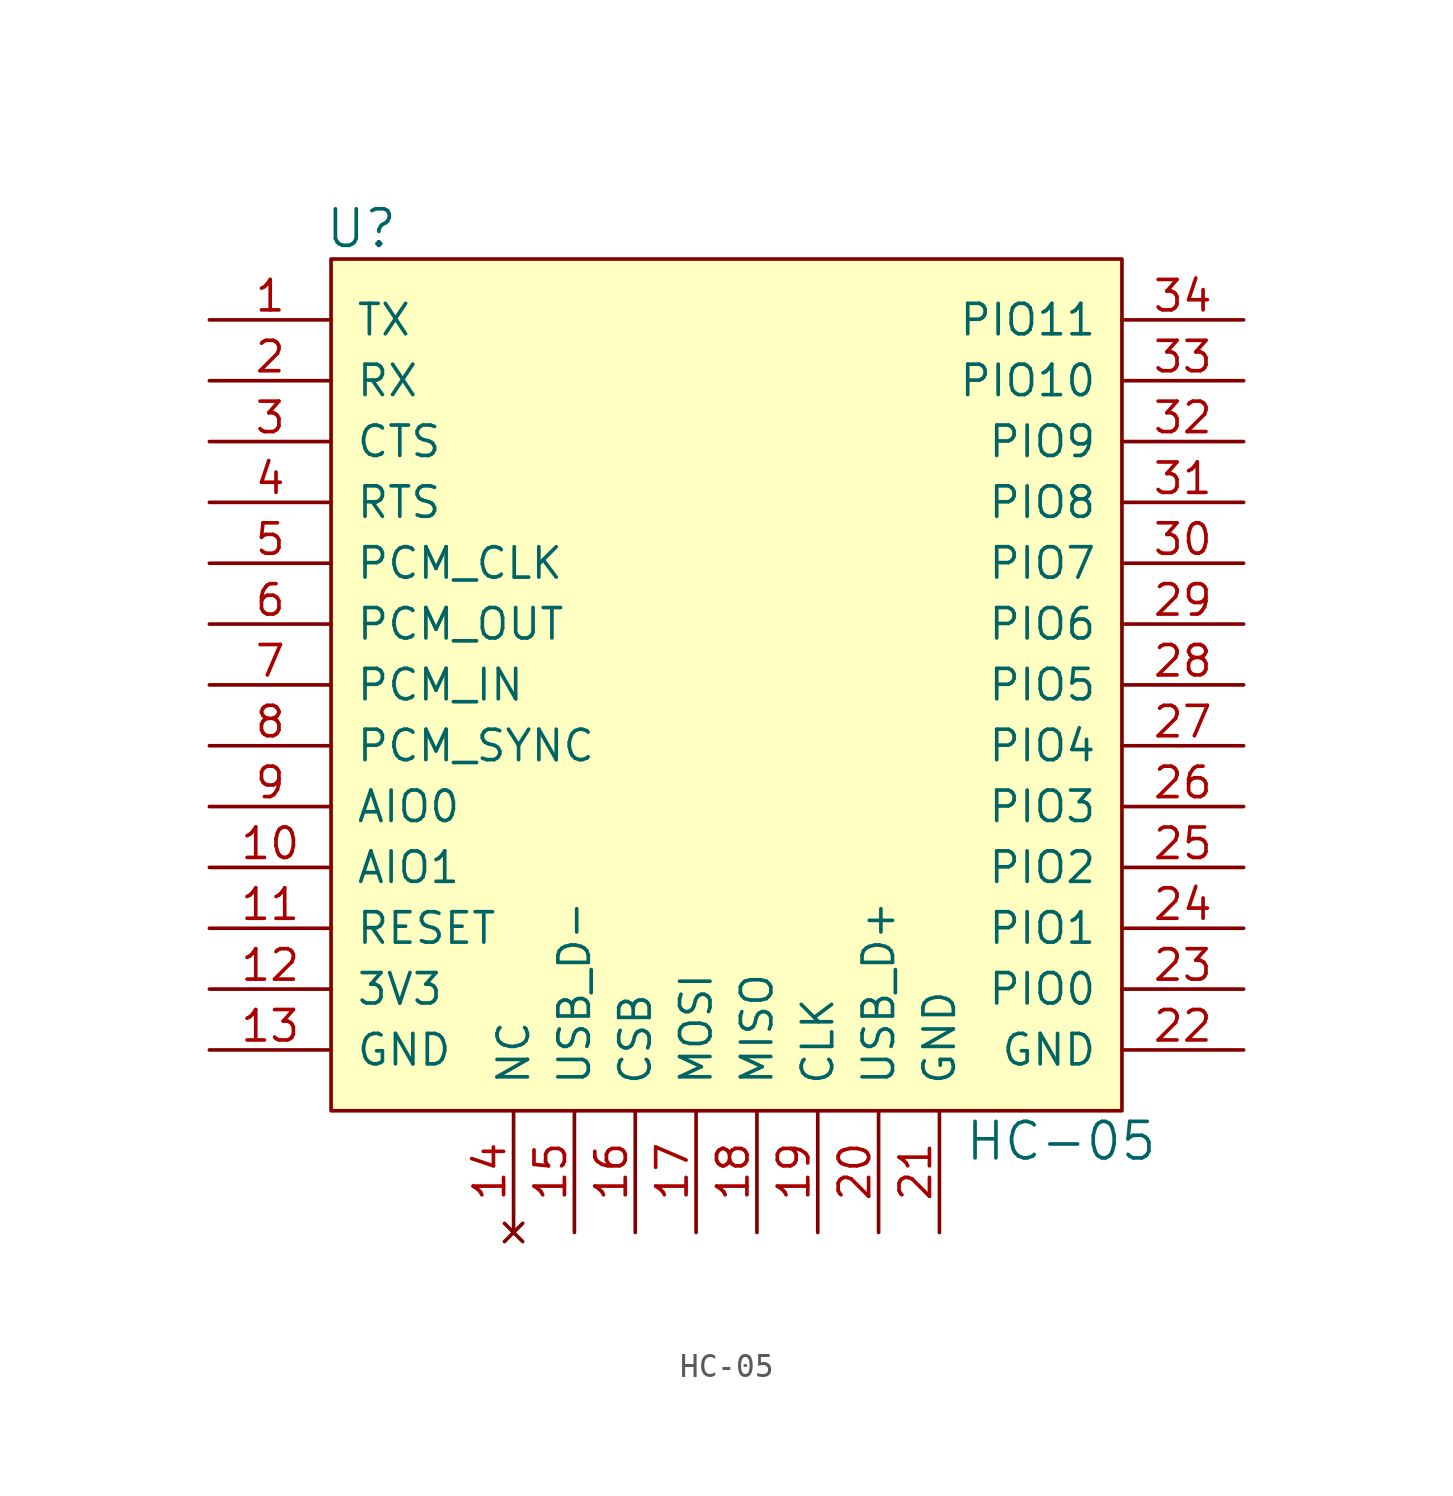
<source format=kicad_sym>
(kicad_symbol_lib
  (version 20211014)
  (generator kicad_symbol_editor)
  (symbol "HC-05"
    (pin_names
      (offset 1.016))
    (property "Reference" "U"
      (at -15.24 19.05 0)
      (effects (font (size 1.524 1.524))))
    (property "Value" "HC-05"
      (at 13.97 -19.05 0)
      (effects (font (size 1.524 1.524))))
    (symbol "HC-05_0_1"
      (rectangle (start -16.51 17.78) (end 16.51 -17.78) (stroke (width 0) (type default) (color 0 0 0 0)) (fill (type background))))
    (symbol "HC-05_1_1"
      (pin output line (at -21.59 15.24 0) (length 5.08) (name "TX" (effects (font (size 1.27 1.27)))) (number "1" (effects (font (size 1.27 1.27)))))
      (pin bidirectional line (at -21.59 -7.62 0) (length 5.08) (name "AIO1" (effects (font (size 1.27 1.27)))) (number "10" (effects (font (size 1.27 1.27)))))
      (pin input line (at -21.59 -10.16 0) (length 5.08) (name "RESET" (effects (font (size 1.27 1.27)))) (number "11" (effects (font (size 1.27 1.27)))))
      (pin power_in line (at -21.59 -12.7 0) (length 5.08) (name "3V3" (effects (font (size 1.27 1.27)))) (number "12" (effects (font (size 1.27 1.27)))))
      (pin power_in line (at -21.59 -15.24 0) (length 5.08) (name "GND" (effects (font (size 1.27 1.27)))) (number "13" (effects (font (size 1.27 1.27)))))
      (pin no_connect line (at -8.89 -22.86 90) (length 5.08) (name "NC" (effects (font (size 1.27 1.27)))) (number "14" (effects (font (size 1.27 1.27)))))
      (pin output line (at -6.35 -22.86 90) (length 5.08) (name "USB_D-" (effects (font (size 1.27 1.27)))) (number "15" (effects (font (size 1.27 1.27)))))
      (pin input line (at -3.81 -22.86 90) (length 5.08) (name "CSB" (effects (font (size 1.27 1.27)))) (number "16" (effects (font (size 1.27 1.27)))))
      (pin input line (at -1.27 -22.86 90) (length 5.08) (name "MOSI" (effects (font (size 1.27 1.27)))) (number "17" (effects (font (size 1.27 1.27)))))
      (pin output line (at 1.27 -22.86 90) (length 5.08) (name "MISO" (effects (font (size 1.27 1.27)))) (number "18" (effects (font (size 1.27 1.27)))))
      (pin input line (at 3.81 -22.86 90) (length 5.08) (name "CLK" (effects (font (size 1.27 1.27)))) (number "19" (effects (font (size 1.27 1.27)))))
      (pin input line (at -21.59 12.7 0) (length 5.08) (name "RX" (effects (font (size 1.27 1.27)))) (number "2" (effects (font (size 1.27 1.27)))))
      (pin input line (at 6.35 -22.86 90) (length 5.08) (name "USB_D+" (effects (font (size 1.27 1.27)))) (number "20" (effects (font (size 1.27 1.27)))))
      (pin power_in line (at 8.89 -22.86 90) (length 5.08) (name "GND" (effects (font (size 1.27 1.27)))) (number "21" (effects (font (size 1.27 1.27)))))
      (pin power_in line (at 21.59 -15.24 180) (length 5.08) (name "GND" (effects (font (size 1.27 1.27)))) (number "22" (effects (font (size 1.27 1.27)))))
      (pin bidirectional line (at 21.59 -12.7 180) (length 5.08) (name "PIO0" (effects (font (size 1.27 1.27)))) (number "23" (effects (font (size 1.27 1.27)))))
      (pin bidirectional line (at 21.59 -10.16 180) (length 5.08) (name "PIO1" (effects (font (size 1.27 1.27)))) (number "24" (effects (font (size 1.27 1.27)))))
      (pin bidirectional line (at 21.59 -7.62 180) (length 5.08) (name "PIO2" (effects (font (size 1.27 1.27)))) (number "25" (effects (font (size 1.27 1.27)))))
      (pin bidirectional line (at 21.59 -5.08 180) (length 5.08) (name "PIO3" (effects (font (size 1.27 1.27)))) (number "26" (effects (font (size 1.27 1.27)))))
      (pin bidirectional line (at 21.59 -2.54 180) (length 5.08) (name "PIO4" (effects (font (size 1.27 1.27)))) (number "27" (effects (font (size 1.27 1.27)))))
      (pin bidirectional line (at 21.59 0 180) (length 5.08) (name "PIO5" (effects (font (size 1.27 1.27)))) (number "28" (effects (font (size 1.27 1.27)))))
      (pin bidirectional line (at 21.59 2.54 180) (length 5.08) (name "PIO6" (effects (font (size 1.27 1.27)))) (number "29" (effects (font (size 1.27 1.27)))))
      (pin output line (at -21.59 10.16 0) (length 5.08) (name "CTS" (effects (font (size 1.27 1.27)))) (number "3" (effects (font (size 1.27 1.27)))))
      (pin bidirectional line (at 21.59 5.08 180) (length 5.08) (name "PIO7" (effects (font (size 1.27 1.27)))) (number "30" (effects (font (size 1.27 1.27)))))
      (pin bidirectional line (at 21.59 7.62 180) (length 5.08) (name "PIO8" (effects (font (size 1.27 1.27)))) (number "31" (effects (font (size 1.27 1.27)))))
      (pin bidirectional line (at 21.59 10.16 180) (length 5.08) (name "PIO9" (effects (font (size 1.27 1.27)))) (number "32" (effects (font (size 1.27 1.27)))))
      (pin bidirectional line (at 21.59 12.7 180) (length 5.08) (name "PIO10" (effects (font (size 1.27 1.27)))) (number "33" (effects (font (size 1.27 1.27)))))
      (pin bidirectional line (at 21.59 15.24 180) (length 5.08) (name "PIO11" (effects (font (size 1.27 1.27)))) (number "34" (effects (font (size 1.27 1.27)))))
      (pin input line (at -21.59 7.62 0) (length 5.08) (name "RTS" (effects (font (size 1.27 1.27)))) (number "4" (effects (font (size 1.27 1.27)))))
      (pin input line (at -21.59 5.08 0) (length 5.08) (name "PCM_CLK" (effects (font (size 1.27 1.27)))) (number "5" (effects (font (size 1.27 1.27)))))
      (pin output line (at -21.59 2.54 0) (length 5.08) (name "PCM_OUT" (effects (font (size 1.27 1.27)))) (number "6" (effects (font (size 1.27 1.27)))))
      (pin input line (at -21.59 0 0) (length 5.08) (name "PCM_IN" (effects (font (size 1.27 1.27)))) (number "7" (effects (font (size 1.27 1.27)))))
      (pin bidirectional line (at -21.59 -2.54 0) (length 5.08) (name "PCM_SYNC" (effects (font (size 1.27 1.27)))) (number "8" (effects (font (size 1.27 1.27)))))
      (pin bidirectional line (at -21.59 -5.08 0) (length 5.08) (name "AIO0" (effects (font (size 1.27 1.27)))) (number "9" (effects (font (size 1.27 1.27))))))))
</source>
